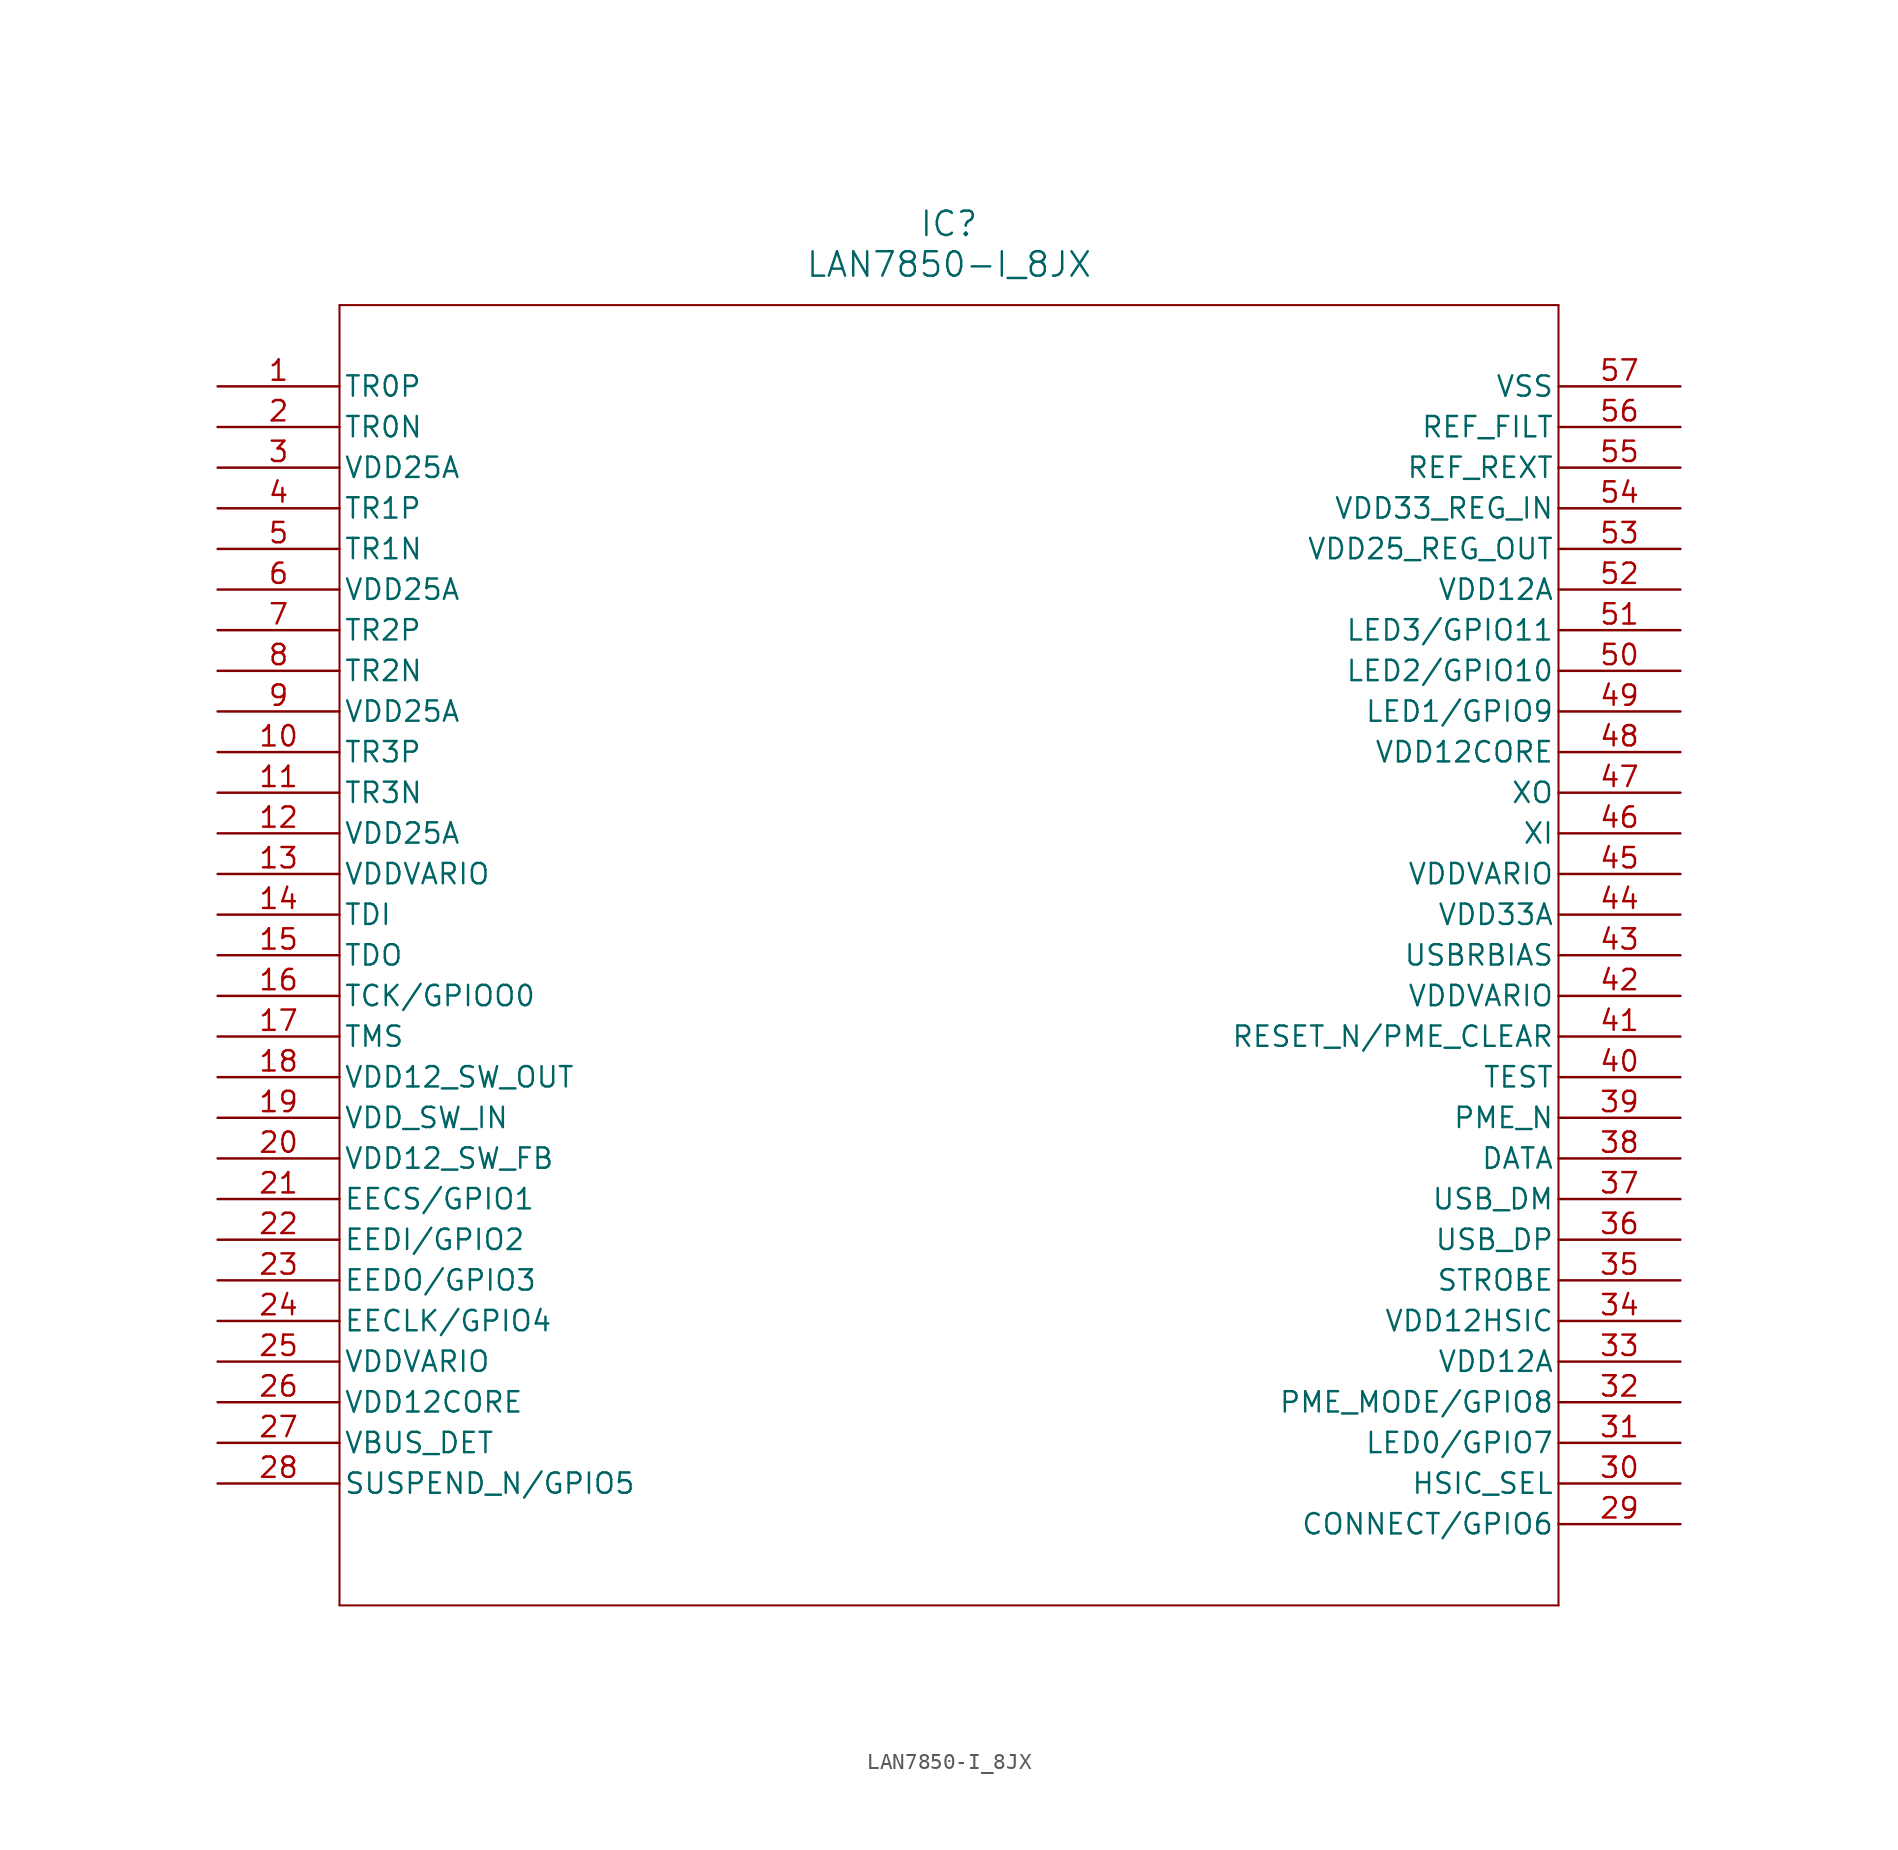
<source format=kicad_sym>
(kicad_symbol_lib
  (version 20231120)
  (generator "kicad_symbol_editor")
  (generator_version "8.0")
  (symbol "LAN7850-I_8JX"
    (pin_names
      (offset 0.254))
    (property "Reference" "IC"
      (at 45.72 10.16 0)
      (effects (font (size 1.524 1.524))))
    (property "Value" "LAN7850-I_8JX"
      (at 45.72 7.62 0)
      (effects (font (size 1.524 1.524))))
    (symbol "LAN7850-I_8JX_0_1"
      (polyline (pts (xy 7.62 -76.2) (xy 83.82 -76.2)) (stroke (width 0.127) (type default)) (fill (type none)))
      (polyline (pts (xy 7.62 5.08) (xy 7.62 -76.2)) (stroke (width 0.127) (type default)) (fill (type none)))
      (polyline (pts (xy 83.82 -76.2) (xy 83.82 5.08)) (stroke (width 0.127) (type default)) (fill (type none)))
      (polyline (pts (xy 83.82 5.08) (xy 7.62 5.08)) (stroke (width 0.127) (type default)) (fill (type none)))
      (pin bidirectional line (at 0 0 0) (length 7.62) (name "TR0P" (effects (font (size 1.27 1.27)))) (number "1" (effects (font (size 1.27 1.27)))))
      (pin bidirectional line (at 0 -22.86 0) (length 7.62) (name "TR3P" (effects (font (size 1.27 1.27)))) (number "10" (effects (font (size 1.27 1.27)))))
      (pin bidirectional line (at 0 -25.4 0) (length 7.62) (name "TR3N" (effects (font (size 1.27 1.27)))) (number "11" (effects (font (size 1.27 1.27)))))
      (pin power_in line (at 0 -27.94 0) (length 7.62) (name "VDD25A" (effects (font (size 1.27 1.27)))) (number "12" (effects (font (size 1.27 1.27)))))
      (pin power_in line (at 0 -30.48 0) (length 7.62) (name "VDDVARIO" (effects (font (size 1.27 1.27)))) (number "13" (effects (font (size 1.27 1.27)))))
      (pin unspecified line (at 0 -33.02 0) (length 7.62) (name "TDI" (effects (font (size 1.27 1.27)))) (number "14" (effects (font (size 1.27 1.27)))))
      (pin unspecified line (at 0 -35.56 0) (length 7.62) (name "TDO" (effects (font (size 1.27 1.27)))) (number "15" (effects (font (size 1.27 1.27)))))
      (pin unspecified line (at 0 -38.1 0) (length 7.62) (name "TCK/GPIOO0" (effects (font (size 1.27 1.27)))) (number "16" (effects (font (size 1.27 1.27)))))
      (pin unspecified line (at 0 -40.64 0) (length 7.62) (name "TMS" (effects (font (size 1.27 1.27)))) (number "17" (effects (font (size 1.27 1.27)))))
      (pin power_out line (at 0 -43.18 0) (length 7.62) (name "VDD12_SW_OUT" (effects (font (size 1.27 1.27)))) (number "18" (effects (font (size 1.27 1.27)))))
      (pin power_in line (at 0 -45.72 0) (length 7.62) (name "VDD_SW_IN" (effects (font (size 1.27 1.27)))) (number "19" (effects (font (size 1.27 1.27)))))
      (pin bidirectional line (at 0 -2.54 0) (length 7.62) (name "TR0N" (effects (font (size 1.27 1.27)))) (number "2" (effects (font (size 1.27 1.27)))))
      (pin power_in line (at 0 -48.26 0) (length 7.62) (name "VDD12_SW_FB" (effects (font (size 1.27 1.27)))) (number "20" (effects (font (size 1.27 1.27)))))
      (pin unspecified line (at 0 -50.8 0) (length 7.62) (name "EECS/GPIO1" (effects (font (size 1.27 1.27)))) (number "21" (effects (font (size 1.27 1.27)))))
      (pin unspecified line (at 0 -53.34 0) (length 7.62) (name "EEDI/GPIO2" (effects (font (size 1.27 1.27)))) (number "22" (effects (font (size 1.27 1.27)))))
      (pin unspecified line (at 0 -55.88 0) (length 7.62) (name "EEDO/GPIO3" (effects (font (size 1.27 1.27)))) (number "23" (effects (font (size 1.27 1.27)))))
      (pin unspecified line (at 0 -58.42 0) (length 7.62) (name "EECLK/GPIO4" (effects (font (size 1.27 1.27)))) (number "24" (effects (font (size 1.27 1.27)))))
      (pin power_in line (at 0 -60.96 0) (length 7.62) (name "VDDVARIO" (effects (font (size 1.27 1.27)))) (number "25" (effects (font (size 1.27 1.27)))))
      (pin power_in line (at 0 -63.5 0) (length 7.62) (name "VDD12CORE" (effects (font (size 1.27 1.27)))) (number "26" (effects (font (size 1.27 1.27)))))
      (pin power_in line (at 0 -66.04 0) (length 7.62) (name "VBUS_DET" (effects (font (size 1.27 1.27)))) (number "27" (effects (font (size 1.27 1.27)))))
      (pin unspecified line (at 0 -68.58 0) (length 7.62) (name "SUSPEND_N/GPIO5" (effects (font (size 1.27 1.27)))) (number "28" (effects (font (size 1.27 1.27)))))
      (pin output line (at 91.44 -71.12 180) (length 7.62) (name "CONNECT/GPIO6" (effects (font (size 1.27 1.27)))) (number "29" (effects (font (size 1.27 1.27)))))
      (pin power_in line (at 0 -5.08 0) (length 7.62) (name "VDD25A" (effects (font (size 1.27 1.27)))) (number "3" (effects (font (size 1.27 1.27)))))
      (pin unspecified line (at 91.44 -68.58 180) (length 7.62) (name "HSIC_SEL" (effects (font (size 1.27 1.27)))) (number "30" (effects (font (size 1.27 1.27)))))
      (pin output line (at 91.44 -66.04 180) (length 7.62) (name "LED0/GPIO7" (effects (font (size 1.27 1.27)))) (number "31" (effects (font (size 1.27 1.27)))))
      (pin unspecified line (at 91.44 -63.5 180) (length 7.62) (name "PME_MODE/GPIO8" (effects (font (size 1.27 1.27)))) (number "32" (effects (font (size 1.27 1.27)))))
      (pin power_in line (at 91.44 -60.96 180) (length 7.62) (name "VDD12A" (effects (font (size 1.27 1.27)))) (number "33" (effects (font (size 1.27 1.27)))))
      (pin power_in line (at 91.44 -58.42 180) (length 7.62) (name "VDD12HSIC" (effects (font (size 1.27 1.27)))) (number "34" (effects (font (size 1.27 1.27)))))
      (pin bidirectional line (at 91.44 -55.88 180) (length 7.62) (name "STROBE" (effects (font (size 1.27 1.27)))) (number "35" (effects (font (size 1.27 1.27)))))
      (pin bidirectional line (at 91.44 -53.34 180) (length 7.62) (name "USB_DP" (effects (font (size 1.27 1.27)))) (number "36" (effects (font (size 1.27 1.27)))))
      (pin bidirectional line (at 91.44 -50.8 180) (length 7.62) (name "USB_DM" (effects (font (size 1.27 1.27)))) (number "37" (effects (font (size 1.27 1.27)))))
      (pin bidirectional line (at 91.44 -48.26 180) (length 7.62) (name "DATA" (effects (font (size 1.27 1.27)))) (number "38" (effects (font (size 1.27 1.27)))))
      (pin output line (at 91.44 -45.72 180) (length 7.62) (name "PME_N" (effects (font (size 1.27 1.27)))) (number "39" (effects (font (size 1.27 1.27)))))
      (pin bidirectional line (at 0 -7.62 0) (length 7.62) (name "TR1P" (effects (font (size 1.27 1.27)))) (number "4" (effects (font (size 1.27 1.27)))))
      (pin unspecified line (at 91.44 -43.18 180) (length 7.62) (name "TEST" (effects (font (size 1.27 1.27)))) (number "40" (effects (font (size 1.27 1.27)))))
      (pin unspecified line (at 91.44 -40.64 180) (length 7.62) (name "RESET_N/PME_CLEAR" (effects (font (size 1.27 1.27)))) (number "41" (effects (font (size 1.27 1.27)))))
      (pin power_in line (at 91.44 -38.1 180) (length 7.62) (name "VDDVARIO" (effects (font (size 1.27 1.27)))) (number "42" (effects (font (size 1.27 1.27)))))
      (pin input line (at 91.44 -35.56 180) (length 7.62) (name "USBRBIAS" (effects (font (size 1.27 1.27)))) (number "43" (effects (font (size 1.27 1.27)))))
      (pin power_in line (at 91.44 -33.02 180) (length 7.62) (name "VDD33A" (effects (font (size 1.27 1.27)))) (number "44" (effects (font (size 1.27 1.27)))))
      (pin power_in line (at 91.44 -30.48 180) (length 7.62) (name "VDDVARIO" (effects (font (size 1.27 1.27)))) (number "45" (effects (font (size 1.27 1.27)))))
      (pin unspecified line (at 91.44 -27.94 180) (length 7.62) (name "XI" (effects (font (size 1.27 1.27)))) (number "46" (effects (font (size 1.27 1.27)))))
      (pin unspecified line (at 91.44 -25.4 180) (length 7.62) (name "XO" (effects (font (size 1.27 1.27)))) (number "47" (effects (font (size 1.27 1.27)))))
      (pin power_in line (at 91.44 -22.86 180) (length 7.62) (name "VDD12CORE" (effects (font (size 1.27 1.27)))) (number "48" (effects (font (size 1.27 1.27)))))
      (pin output line (at 91.44 -20.32 180) (length 7.62) (name "LED1/GPIO9" (effects (font (size 1.27 1.27)))) (number "49" (effects (font (size 1.27 1.27)))))
      (pin bidirectional line (at 0 -10.16 0) (length 7.62) (name "TR1N" (effects (font (size 1.27 1.27)))) (number "5" (effects (font (size 1.27 1.27)))))
      (pin output line (at 91.44 -17.78 180) (length 7.62) (name "LED2/GPIO10" (effects (font (size 1.27 1.27)))) (number "50" (effects (font (size 1.27 1.27)))))
      (pin output line (at 91.44 -15.24 180) (length 7.62) (name "LED3/GPIO11" (effects (font (size 1.27 1.27)))) (number "51" (effects (font (size 1.27 1.27)))))
      (pin power_in line (at 91.44 -12.7 180) (length 7.62) (name "VDD12A" (effects (font (size 1.27 1.27)))) (number "52" (effects (font (size 1.27 1.27)))))
      (pin power_out line (at 91.44 -10.16 180) (length 7.62) (name "VDD25_REG_OUT" (effects (font (size 1.27 1.27)))) (number "53" (effects (font (size 1.27 1.27)))))
      (pin power_in line (at 91.44 -7.62 180) (length 7.62) (name "VDD33_REG_IN" (effects (font (size 1.27 1.27)))) (number "54" (effects (font (size 1.27 1.27)))))
      (pin input line (at 91.44 -5.08 180) (length 7.62) (name "REF_REXT" (effects (font (size 1.27 1.27)))) (number "55" (effects (font (size 1.27 1.27)))))
      (pin input line (at 91.44 -2.54 180) (length 7.62) (name "REF_FILT" (effects (font (size 1.27 1.27)))) (number "56" (effects (font (size 1.27 1.27)))))
      (pin power_out line (at 91.44 0 180) (length 7.62) (name "VSS" (effects (font (size 1.27 1.27)))) (number "57" (effects (font (size 1.27 1.27)))))
      (pin power_in line (at 0 -12.7 0) (length 7.62) (name "VDD25A" (effects (font (size 1.27 1.27)))) (number "6" (effects (font (size 1.27 1.27)))))
      (pin bidirectional line (at 0 -15.24 0) (length 7.62) (name "TR2P" (effects (font (size 1.27 1.27)))) (number "7" (effects (font (size 1.27 1.27)))))
      (pin bidirectional line (at 0 -17.78 0) (length 7.62) (name "TR2N" (effects (font (size 1.27 1.27)))) (number "8" (effects (font (size 1.27 1.27)))))
      (pin power_in line (at 0 -20.32 0) (length 7.62) (name "VDD25A" (effects (font (size 1.27 1.27)))) (number "9" (effects (font (size 1.27 1.27))))))))
</source>
